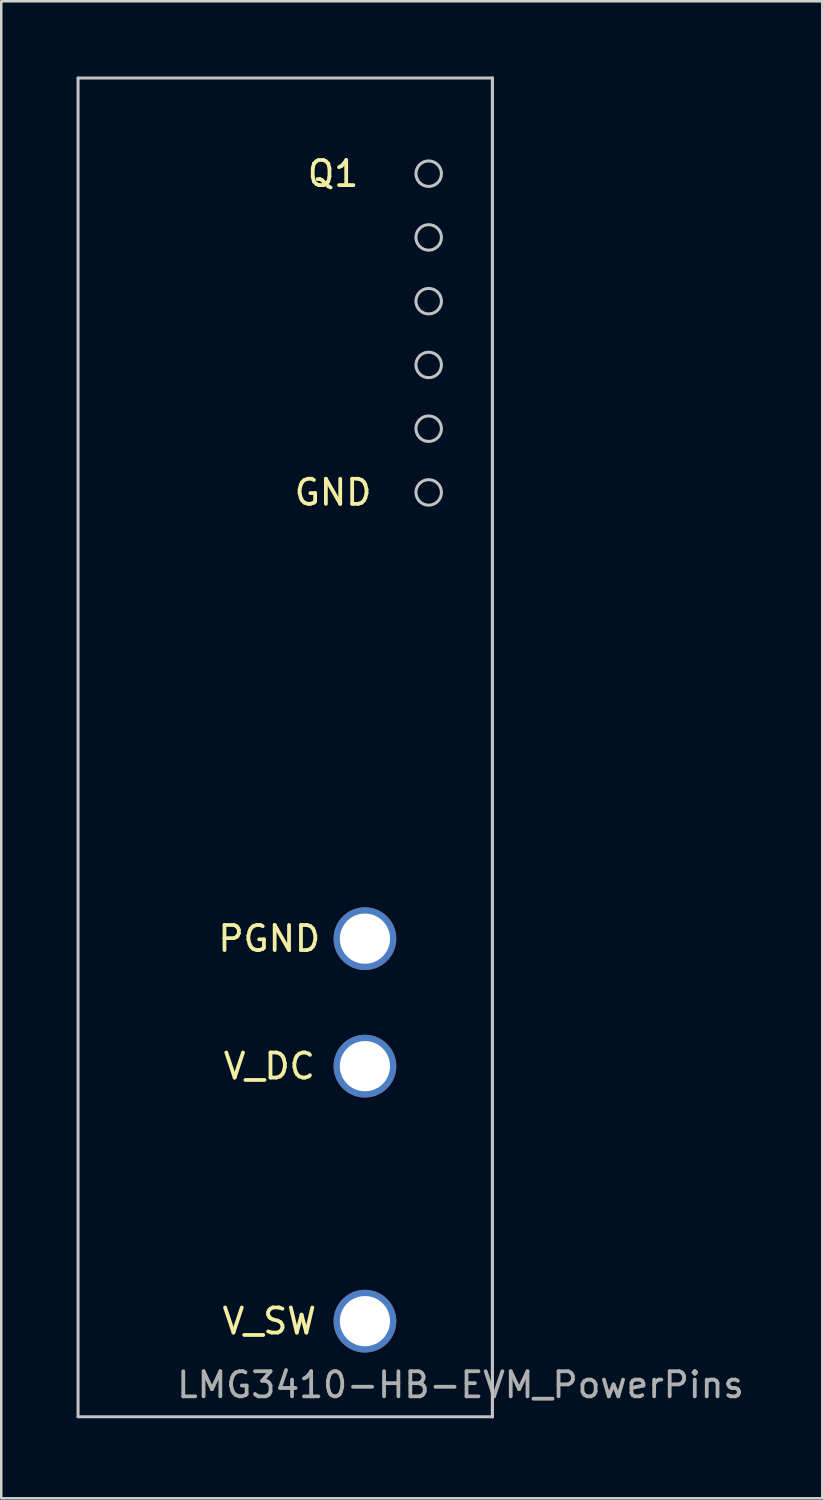
<source format=kicad_pcb>
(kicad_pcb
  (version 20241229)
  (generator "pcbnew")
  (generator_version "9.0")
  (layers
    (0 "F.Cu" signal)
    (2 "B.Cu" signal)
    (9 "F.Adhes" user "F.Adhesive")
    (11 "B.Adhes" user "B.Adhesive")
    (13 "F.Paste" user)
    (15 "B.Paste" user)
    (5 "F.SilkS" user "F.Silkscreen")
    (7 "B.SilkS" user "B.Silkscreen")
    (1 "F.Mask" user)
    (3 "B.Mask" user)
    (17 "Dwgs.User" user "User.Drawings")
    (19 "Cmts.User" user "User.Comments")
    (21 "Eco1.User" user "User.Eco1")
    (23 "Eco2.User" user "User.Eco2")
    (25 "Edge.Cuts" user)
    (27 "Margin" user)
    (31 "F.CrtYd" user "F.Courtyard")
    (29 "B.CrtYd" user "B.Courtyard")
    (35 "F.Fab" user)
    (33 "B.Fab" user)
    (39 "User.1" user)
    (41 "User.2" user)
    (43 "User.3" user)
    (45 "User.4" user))
  (footprint "LMG3410-HB-EVM_PowerPins"
    (layer "F.Cu")
    (at 16.57 53.4)
    (property "Reference" "LMG3410-HB-EVM_PowerPins" (at -1.27 -1.27 0) (layer "F.Fab") (effects (font (size 1 1) (thickness 0.15))))
    (attr through_hole)
    (fp_line (start -16.51 -53.34) (end 0 -53.34) (stroke (width 0.12) (type solid)) (layer "Dwgs.User"))
    (fp_line (start -16.51 0) (end -16.51 -53.34) (stroke (width 0.12) (type solid)) (layer "Dwgs.User"))
    (fp_line (start 0 -53.34) (end 0 0) (stroke (width 0.12) (type solid)) (layer "Dwgs.User"))
    (fp_line (start 0 -53.34) (end 0 0) (stroke (width 0.12) (type solid)) (layer "Dwgs.User"))
    (fp_line (start 0 0) (end -16.51 0) (stroke (width 0.12) (type solid)) (layer "Dwgs.User"))
    (fp_circle (center -2.54 -49.53) (end -2.032 -49.53) (stroke (width 0.12) (type solid)) (fill no) (layer "Dwgs.User"))
    (fp_circle (center -2.54 -46.99) (end -2.032 -46.99) (stroke (width 0.12) (type solid)) (fill no) (layer "Dwgs.User"))
    (fp_circle (center -2.54 -44.45) (end -2.032 -44.45) (stroke (width 0.12) (type solid)) (fill no) (layer "Dwgs.User"))
    (fp_circle (center -2.54 -41.91) (end -2.032 -41.91) (stroke (width 0.12) (type solid)) (fill no) (layer "Dwgs.User"))
    (fp_circle (center -2.54 -39.37) (end -2.032 -39.37) (stroke (width 0.12) (type solid)) (fill no) (layer "Dwgs.User"))
    (fp_circle (center -2.54 -36.83) (end -2.032 -36.83) (stroke (width 0.12) (type solid)) (fill no) (layer "Dwgs.User"))
    (fp_text user "Q1" (at -6.35 -49.53 0) (layer "F.SilkS") (effects (font (size 1 1) (thickness 0.15))))
    (fp_text user "GND" (at -6.35 -36.83 0) (layer "F.SilkS") (effects (font (size 1 1) (thickness 0.15))))
    (fp_text user "V_DC" (at -8.89 -13.97 0) (layer "F.SilkS") (effects (font (size 1 1) (thickness 0.15))))
    (fp_text user "PGND" (at -8.89 -19.05 0) (layer "F.SilkS") (effects (font (size 1 1) (thickness 0.15))))
    (fp_text user "V_SW" (at -8.89 -3.81 0) (layer "F.SilkS") (effects (font (size 1 1) (thickness 0.15))))
    (pad "1" thru_hole circle (at -5.08 -3.81) (size 2.5 2.5) (drill 2) (layers "*.Cu" "*.Mask"))
    (pad "2" thru_hole circle (at -5.08 -13.97) (size 2.5 2.5) (drill 2) (layers "*.Cu" "*.Mask"))
    (pad "3" thru_hole circle (at -5.08 -19.05) (size 2.5 2.5) (drill 2) (layers "*.Cu" "*.Mask")))
  (gr_rect
    (start -3 -3)
    (end 29.711 56.65)
    (stroke (width 0.1) (type default))
    (fill no)
    (layer "Edge.Cuts")))
</source>
